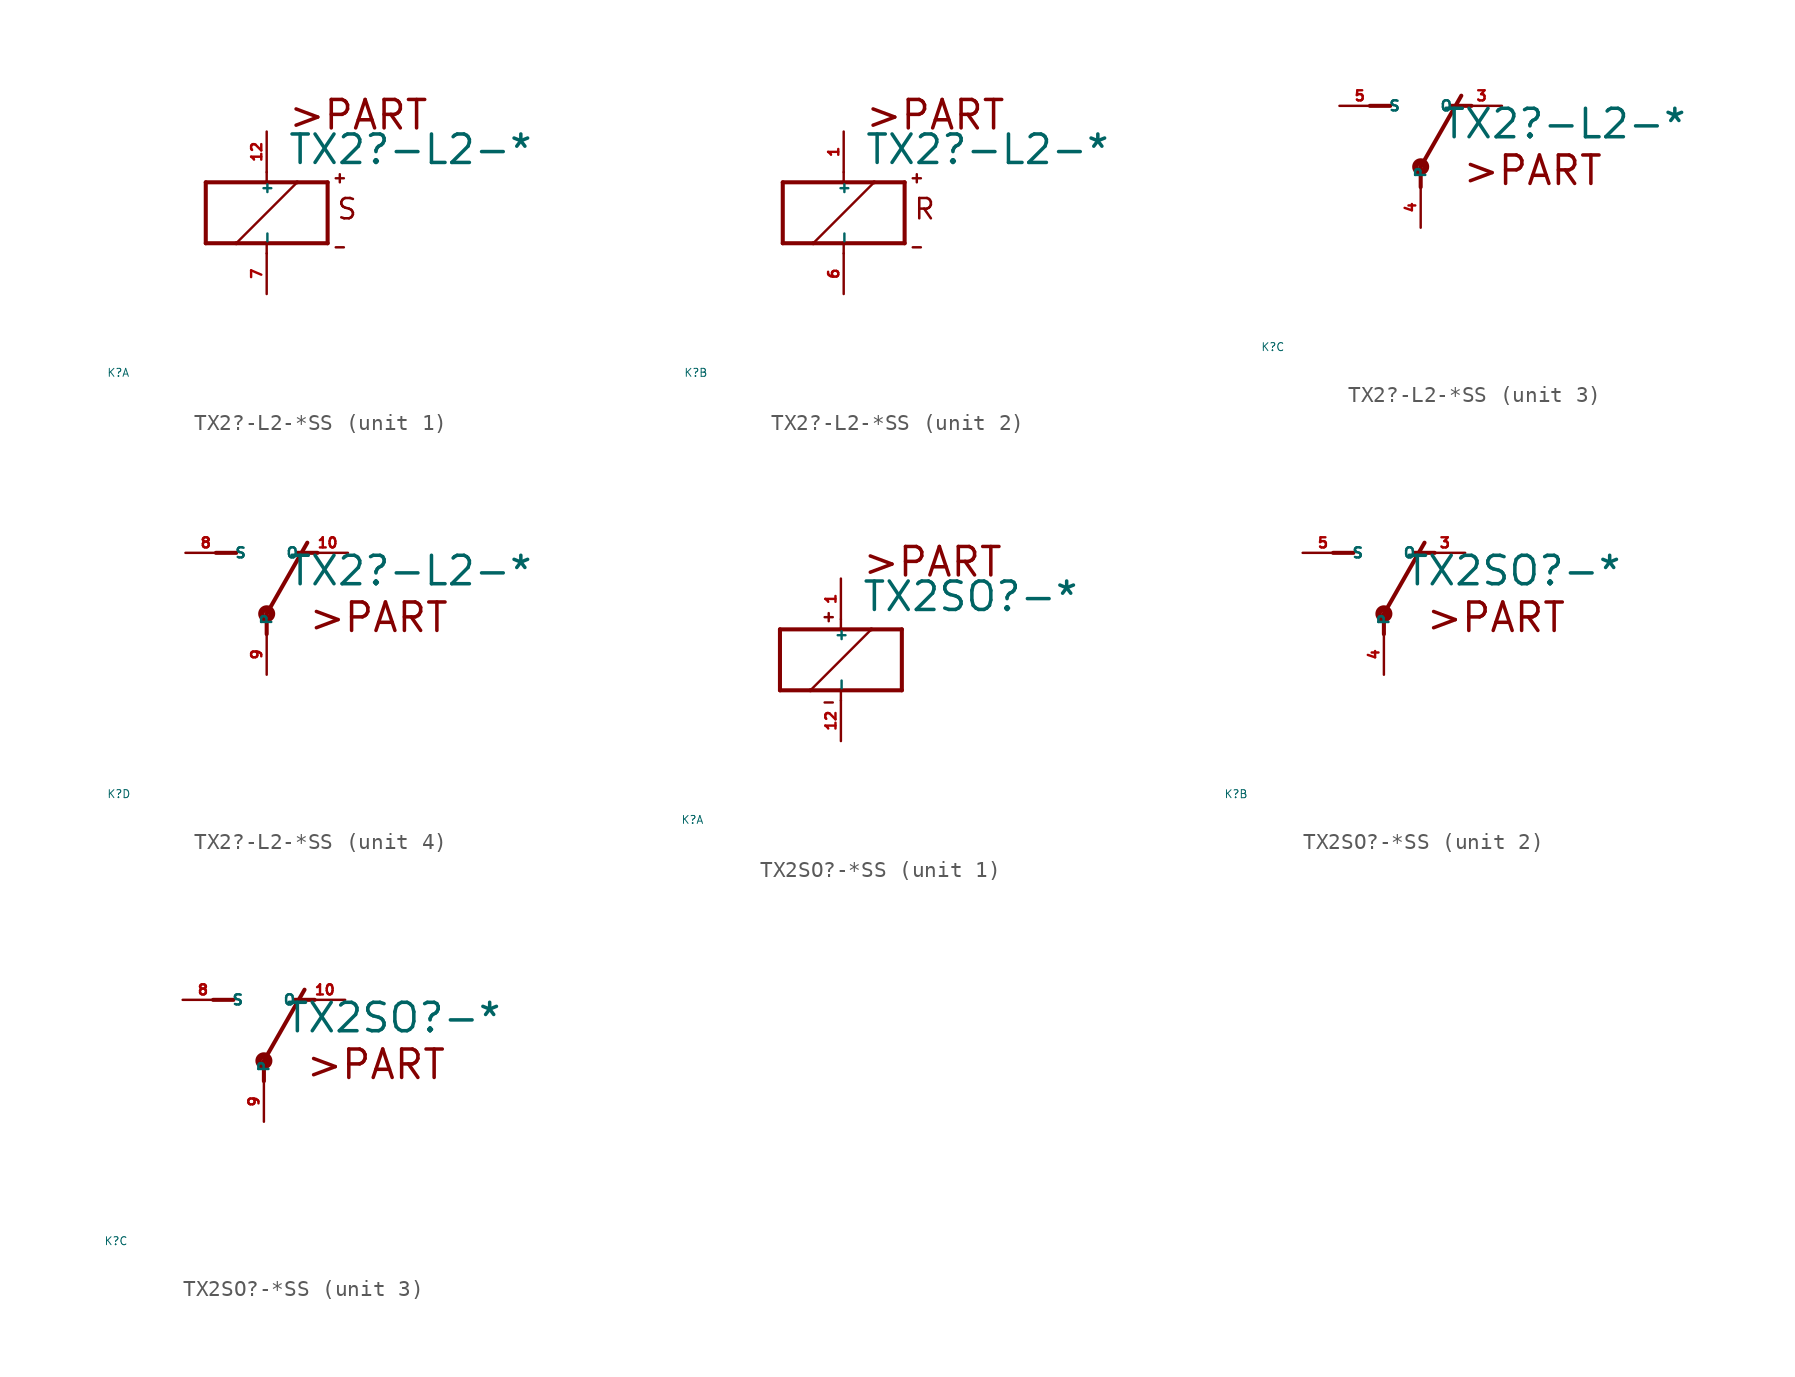
<source format=kicad_sym>
(kicad_symbol_lib
  (version 20220914)
  (generator Eagle2Kicad)
  (symbol "TX2?-L2-*SS"
    (property "Reference" "K"
      (at -10 -10 0)
      (effects (font (size 0.5 0.5) (thickness 0.06)) (justify left)))
    (property "Value" "TX2?-L2-*"
      (at 1.27 2.921 0)
      (effects (font (size 1.778 1.778) (thickness 0.22)) (justify left bottom)))
    (symbol "TX2?-L2-*SS_1_0"
      (polyline (pts (xy -3.81 -1.905) (xy -1.905 -1.905)) (stroke (width 0.254) (type default)) (fill (type none)))
      (polyline (pts (xy 3.81 -1.905) (xy 3.81 1.905)) (stroke (width 0.254) (type default)) (fill (type none)))
      (polyline (pts (xy 3.81 1.905) (xy 1.905 1.905)) (stroke (width 0.254) (type default)) (fill (type none)))
      (polyline (pts (xy -3.81 1.905) (xy -3.81 -1.905)) (stroke (width 0.254) (type default)) (fill (type none)))
      (polyline (pts (xy 0 -2.54) (xy 0 -1.905)) (stroke (width 0.152) (type default)) (fill (type none)))
      (polyline (pts (xy 0 -1.905) (xy 3.81 -1.905)) (stroke (width 0.254) (type default)) (fill (type none)))
      (polyline (pts (xy 0 2.54) (xy 0 1.905)) (stroke (width 0.152) (type default)) (fill (type none)))
      (polyline (pts (xy 0 1.905) (xy -3.81 1.905)) (stroke (width 0.254) (type default)) (fill (type none)))
      (polyline (pts (xy -1.905 -1.905) (xy 1.905 1.905)) (stroke (width 0.152) (type default)) (fill (type none)))
      (polyline (pts (xy -1.905 -1.905) (xy 0 -1.905)) (stroke (width 0.254) (type default)) (fill (type none)))
      (polyline (pts (xy 1.905 1.905) (xy 0 1.905)) (stroke (width 0.254) (type default)) (fill (type none)))
      (polyline (pts (xy 4.318 2.159) (xy 4.826 2.159)) (stroke (width 0.152) (type default)) (fill (type none)))
      (polyline (pts (xy 4.572 2.413) (xy 4.572 1.905)) (stroke (width 0.152) (type default)) (fill (type none)))
      (polyline (pts (xy 4.318 -2.159) (xy 4.826 -2.159)) (stroke (width 0.152) (type default)) (fill (type none)))
      (text ">PART" (at 1.27 5.08 0) (effects (font (size 1.778 1.778) (thickness 0.22)) (justify left bottom)))
      (text "S" (at 4.318 -0.508 0) (effects (font (size 1.27 1.27) (thickness 0.16)) (justify left bottom)))
      (pin passive line (at 0 -5.08 90) (length 2.54) (name "-" (effects (font (size 0.635 0.635) (thickness 0.08)) (justify left bottom))) (number "7" (effects (font (size 0.635 0.635) (thickness 0.08)) (justify left bottom))))
      (pin passive line (at 0 5.08 270) (length 2.54) (name "+" (effects (font (size 0.635 0.635) (thickness 0.08)) (justify left bottom))) (number "12" (effects (font (size 0.635 0.635) (thickness 0.08)) (justify left bottom)))))
    (symbol "TX2?-L2-*SS_2_0"
      (polyline (pts (xy -3.81 -1.905) (xy -1.905 -1.905)) (stroke (width 0.254) (type default)) (fill (type none)))
      (polyline (pts (xy 3.81 -1.905) (xy 3.81 1.905)) (stroke (width 0.254) (type default)) (fill (type none)))
      (polyline (pts (xy 3.81 1.905) (xy 1.905 1.905)) (stroke (width 0.254) (type default)) (fill (type none)))
      (polyline (pts (xy -3.81 1.905) (xy -3.81 -1.905)) (stroke (width 0.254) (type default)) (fill (type none)))
      (polyline (pts (xy 0 -2.54) (xy 0 -1.905)) (stroke (width 0.152) (type default)) (fill (type none)))
      (polyline (pts (xy 0 -1.905) (xy 3.81 -1.905)) (stroke (width 0.254) (type default)) (fill (type none)))
      (polyline (pts (xy 0 2.54) (xy 0 1.905)) (stroke (width 0.152) (type default)) (fill (type none)))
      (polyline (pts (xy 0 1.905) (xy -3.81 1.905)) (stroke (width 0.254) (type default)) (fill (type none)))
      (polyline (pts (xy -1.905 -1.905) (xy 1.905 1.905)) (stroke (width 0.152) (type default)) (fill (type none)))
      (polyline (pts (xy -1.905 -1.905) (xy 0 -1.905)) (stroke (width 0.254) (type default)) (fill (type none)))
      (polyline (pts (xy 1.905 1.905) (xy 0 1.905)) (stroke (width 0.254) (type default)) (fill (type none)))
      (polyline (pts (xy 4.318 2.159) (xy 4.826 2.159)) (stroke (width 0.152) (type default)) (fill (type none)))
      (polyline (pts (xy 4.572 2.413) (xy 4.572 1.905)) (stroke (width 0.152) (type default)) (fill (type none)))
      (polyline (pts (xy 4.318 -2.159) (xy 4.826 -2.159)) (stroke (width 0.152) (type default)) (fill (type none)))
      (text ">PART" (at 1.27 5.08 0) (effects (font (size 1.778 1.778) (thickness 0.22)) (justify left bottom)))
      (text "R" (at 4.318 -0.508 0) (effects (font (size 1.27 1.27) (thickness 0.16)) (justify left bottom)))
      (pin passive line (at 0 -5.08 90) (length 2.54) (name "-" (effects (font (size 0.635 0.635) (thickness 0.08)) (justify left bottom))) (number "6" (effects (font (size 0.635 0.635) (thickness 0.08)) (justify left bottom))))
      (pin passive line (at 0 5.08 270) (length 2.54) (name "+" (effects (font (size 0.635 0.635) (thickness 0.08)) (justify left bottom))) (number "1" (effects (font (size 0.635 0.635) (thickness 0.08)) (justify left bottom)))))
    (symbol "TX2?-L2-*SS_3_0"
      (polyline (pts (xy 3.175 5.08) (xy 1.905 5.08)) (stroke (width 0.254) (type default)) (fill (type none)))
      (polyline (pts (xy -3.175 5.08) (xy -1.905 5.08)) (stroke (width 0.254) (type default)) (fill (type none)))
      (polyline (pts (xy 0 1.27) (xy 2.54 5.715)) (stroke (width 0.254) (type default)) (fill (type none)))
      (polyline (pts (xy 0 1.27) (xy 0 0)) (stroke (width 0.254) (type default)) (fill (type none)))
      (text ">PART" (at 2.54 0 0) (effects (font (size 1.778 1.778) (thickness 0.22)) (justify left bottom)))
      (circle (center 0 1.27) (radius 0.127) (stroke (width 0.406) (type default)) (fill (type none)))
      (pin passive line (at 5.08 5.08 180) (length 2.54) (name "O" (effects (font (size 0.635 0.635) (thickness 0.08)) (justify left bottom))) (number "3" (effects (font (size 0.635 0.635) (thickness 0.08)) (justify left bottom))))
      (pin passive line (at -5.08 5.08 0) (length 2.54) (name "S" (effects (font (size 0.635 0.635) (thickness 0.08)) (justify left bottom))) (number "5" (effects (font (size 0.635 0.635) (thickness 0.08)) (justify left bottom))))
      (pin passive line (at 0 -2.54 90) (length 2.54) (name "P" (effects (font (size 0.635 0.635) (thickness 0.08)) (justify left bottom))) (number "4" (effects (font (size 0.635 0.635) (thickness 0.08)) (justify left bottom)))))
    (symbol "TX2?-L2-*SS_4_0"
      (polyline (pts (xy 3.175 5.08) (xy 1.905 5.08)) (stroke (width 0.254) (type default)) (fill (type none)))
      (polyline (pts (xy -3.175 5.08) (xy -1.905 5.08)) (stroke (width 0.254) (type default)) (fill (type none)))
      (polyline (pts (xy 0 1.27) (xy 2.54 5.715)) (stroke (width 0.254) (type default)) (fill (type none)))
      (polyline (pts (xy 0 1.27) (xy 0 0)) (stroke (width 0.254) (type default)) (fill (type none)))
      (text ">PART" (at 2.54 0 0) (effects (font (size 1.778 1.778) (thickness 0.22)) (justify left bottom)))
      (circle (center 0 1.27) (radius 0.127) (stroke (width 0.406) (type default)) (fill (type none)))
      (pin passive line (at 5.08 5.08 180) (length 2.54) (name "O" (effects (font (size 0.635 0.635) (thickness 0.08)) (justify left bottom))) (number "10" (effects (font (size 0.635 0.635) (thickness 0.08)) (justify left bottom))))
      (pin passive line (at -5.08 5.08 0) (length 2.54) (name "S" (effects (font (size 0.635 0.635) (thickness 0.08)) (justify left bottom))) (number "8" (effects (font (size 0.635 0.635) (thickness 0.08)) (justify left bottom))))
      (pin passive line (at 0 -2.54 90) (length 2.54) (name "P" (effects (font (size 0.635 0.635) (thickness 0.08)) (justify left bottom))) (number "9" (effects (font (size 0.635 0.635) (thickness 0.08)) (justify left bottom))))))
  (symbol "TX2SO?-*SS"
    (property "Reference" "K"
      (at -10 -10 0)
      (effects (font (size 0.5 0.5) (thickness 0.06)) (justify left)))
    (property "Value" "TX2SO?-*"
      (at 1.27 2.921 0)
      (effects (font (size 1.778 1.778) (thickness 0.22)) (justify left bottom)))
    (symbol "TX2SO?-*SS_1_0"
      (polyline (pts (xy -3.81 -1.905) (xy -1.905 -1.905)) (stroke (width 0.254) (type default)) (fill (type none)))
      (polyline (pts (xy 3.81 -1.905) (xy 3.81 1.905)) (stroke (width 0.254) (type default)) (fill (type none)))
      (polyline (pts (xy 3.81 1.905) (xy 1.905 1.905)) (stroke (width 0.254) (type default)) (fill (type none)))
      (polyline (pts (xy -3.81 1.905) (xy -3.81 -1.905)) (stroke (width 0.254) (type default)) (fill (type none)))
      (polyline (pts (xy 0 -2.54) (xy 0 -1.905)) (stroke (width 0.152) (type default)) (fill (type none)))
      (polyline (pts (xy 0 -1.905) (xy 3.81 -1.905)) (stroke (width 0.254) (type default)) (fill (type none)))
      (polyline (pts (xy 0 2.54) (xy 0 1.905)) (stroke (width 0.152) (type default)) (fill (type none)))
      (polyline (pts (xy 0 1.905) (xy -3.81 1.905)) (stroke (width 0.254) (type default)) (fill (type none)))
      (polyline (pts (xy -1.905 -1.905) (xy 1.905 1.905)) (stroke (width 0.152) (type default)) (fill (type none)))
      (polyline (pts (xy -1.905 -1.905) (xy 0 -1.905)) (stroke (width 0.254) (type default)) (fill (type none)))
      (polyline (pts (xy 1.905 1.905) (xy 0 1.905)) (stroke (width 0.254) (type default)) (fill (type none)))
      (polyline (pts (xy -1.016 2.667) (xy -0.508 2.667)) (stroke (width 0.152) (type default)) (fill (type none)))
      (polyline (pts (xy -0.762 2.921) (xy -0.762 2.413)) (stroke (width 0.152) (type default)) (fill (type none)))
      (polyline (pts (xy -1.016 -2.667) (xy -0.508 -2.667)) (stroke (width 0.152) (type default)) (fill (type none)))
      (text ">PART" (at 1.27 5.08 0) (effects (font (size 1.778 1.778) (thickness 0.22)) (justify left bottom)))
      (pin passive line (at 0 -5.08 90) (length 2.54) (name "-" (effects (font (size 0.635 0.635) (thickness 0.08)) (justify left bottom))) (number "12" (effects (font (size 0.635 0.635) (thickness 0.08)) (justify left bottom))))
      (pin passive line (at 0 5.08 270) (length 2.54) (name "+" (effects (font (size 0.635 0.635) (thickness 0.08)) (justify left bottom))) (number "1" (effects (font (size 0.635 0.635) (thickness 0.08)) (justify left bottom)))))
    (symbol "TX2SO?-*SS_2_0"
      (polyline (pts (xy 3.175 5.08) (xy 1.905 5.08)) (stroke (width 0.254) (type default)) (fill (type none)))
      (polyline (pts (xy -3.175 5.08) (xy -1.905 5.08)) (stroke (width 0.254) (type default)) (fill (type none)))
      (polyline (pts (xy 0 1.27) (xy 2.54 5.715)) (stroke (width 0.254) (type default)) (fill (type none)))
      (polyline (pts (xy 0 1.27) (xy 0 0)) (stroke (width 0.254) (type default)) (fill (type none)))
      (text ">PART" (at 2.54 0 0) (effects (font (size 1.778 1.778) (thickness 0.22)) (justify left bottom)))
      (circle (center 0 1.27) (radius 0.127) (stroke (width 0.406) (type default)) (fill (type none)))
      (pin passive line (at 5.08 5.08 180) (length 2.54) (name "O" (effects (font (size 0.635 0.635) (thickness 0.08)) (justify left bottom))) (number "3" (effects (font (size 0.635 0.635) (thickness 0.08)) (justify left bottom))))
      (pin passive line (at -5.08 5.08 0) (length 2.54) (name "S" (effects (font (size 0.635 0.635) (thickness 0.08)) (justify left bottom))) (number "5" (effects (font (size 0.635 0.635) (thickness 0.08)) (justify left bottom))))
      (pin passive line (at 0 -2.54 90) (length 2.54) (name "P" (effects (font (size 0.635 0.635) (thickness 0.08)) (justify left bottom))) (number "4" (effects (font (size 0.635 0.635) (thickness 0.08)) (justify left bottom)))))
    (symbol "TX2SO?-*SS_3_0"
      (polyline (pts (xy 3.175 5.08) (xy 1.905 5.08)) (stroke (width 0.254) (type default)) (fill (type none)))
      (polyline (pts (xy -3.175 5.08) (xy -1.905 5.08)) (stroke (width 0.254) (type default)) (fill (type none)))
      (polyline (pts (xy 0 1.27) (xy 2.54 5.715)) (stroke (width 0.254) (type default)) (fill (type none)))
      (polyline (pts (xy 0 1.27) (xy 0 0)) (stroke (width 0.254) (type default)) (fill (type none)))
      (text ">PART" (at 2.54 0 0) (effects (font (size 1.778 1.778) (thickness 0.22)) (justify left bottom)))
      (circle (center 0 1.27) (radius 0.127) (stroke (width 0.406) (type default)) (fill (type none)))
      (pin passive line (at 5.08 5.08 180) (length 2.54) (name "O" (effects (font (size 0.635 0.635) (thickness 0.08)) (justify left bottom))) (number "10" (effects (font (size 0.635 0.635) (thickness 0.08)) (justify left bottom))))
      (pin passive line (at -5.08 5.08 0) (length 2.54) (name "S" (effects (font (size 0.635 0.635) (thickness 0.08)) (justify left bottom))) (number "8" (effects (font (size 0.635 0.635) (thickness 0.08)) (justify left bottom))))
      (pin passive line (at 0 -2.54 90) (length 2.54) (name "P" (effects (font (size 0.635 0.635) (thickness 0.08)) (justify left bottom))) (number "9" (effects (font (size 0.635 0.635) (thickness 0.08)) (justify left bottom)))))))
</source>
